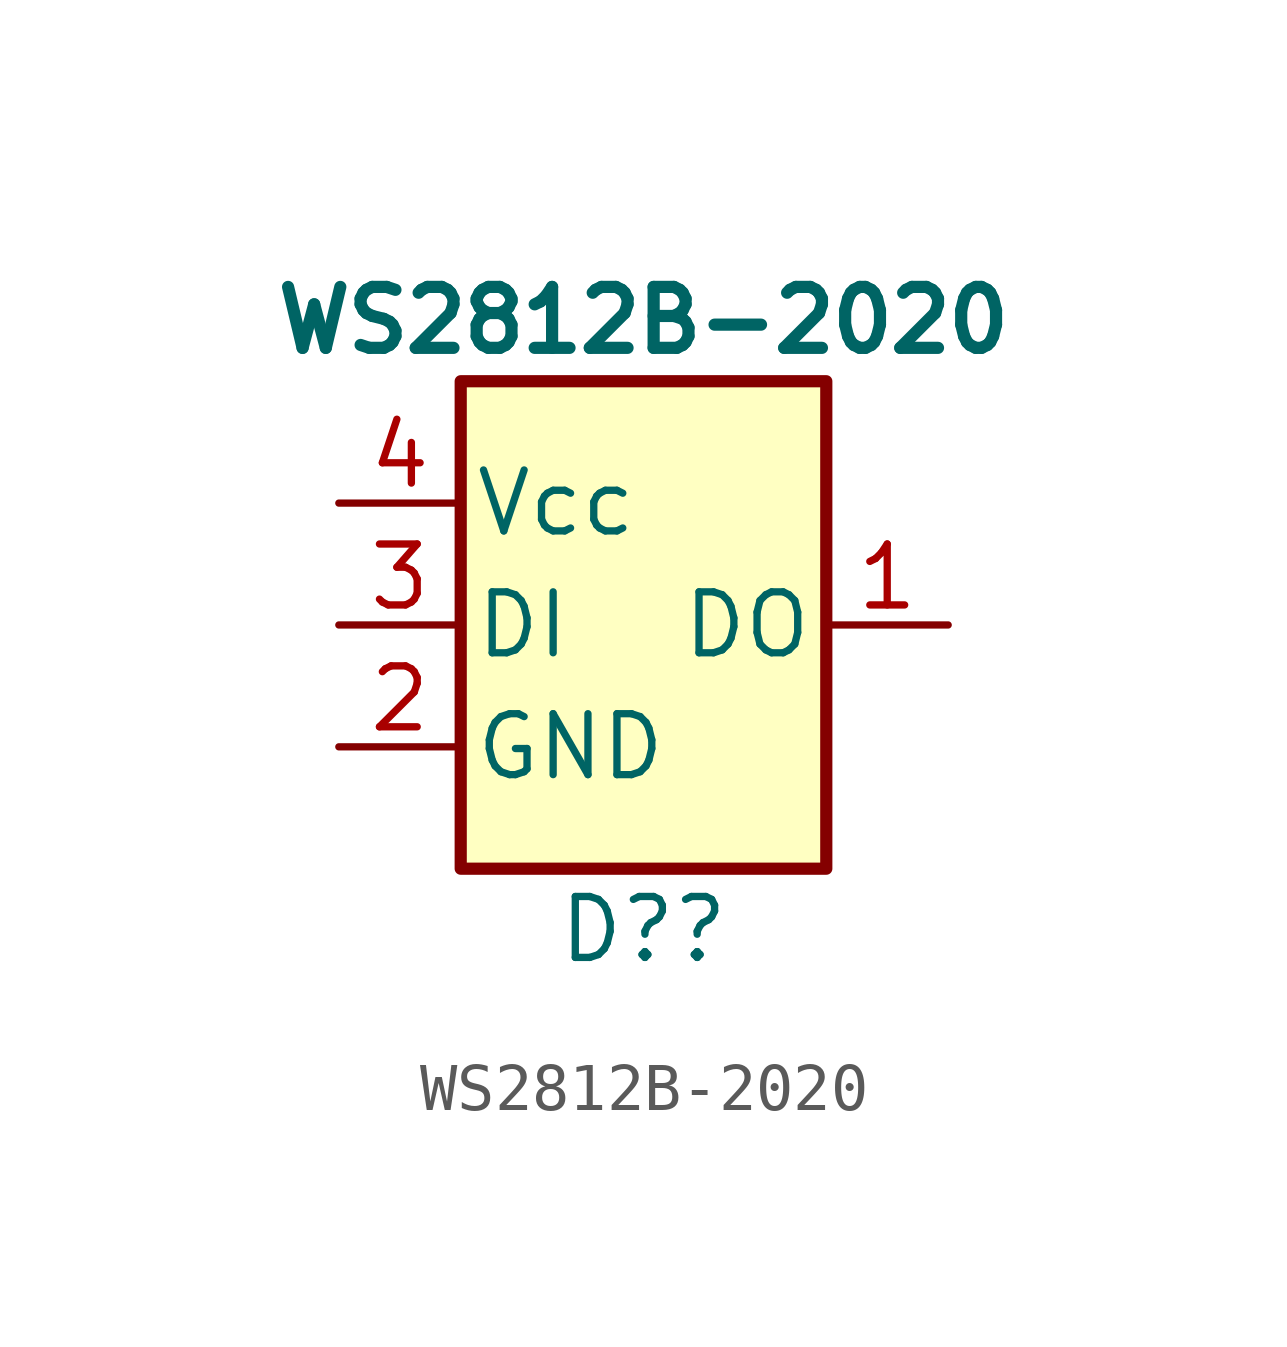
<source format=kicad_sym>
(kicad_symbol_lib
  (version 20231120)
  (generator "kicad_symbol_editor")
  (generator_version "8.0")
  (symbol "WS2812B-2020"
    (pin_names
      (offset 0.254))
    (property "Reference" "D?"
      (at 0 -6.35 0)
      (effects (font (size 1.27 1.27))))
    (property "Value" "WS2812B-2020"
      (at 0 6.35 0)
      (effects (font (size 1.27 1.27) (bold yes))))
    (symbol "WS2812B-2020_0_1"
      (rectangle (start -3.81 5.08) (end 3.81 -5.08) (stroke (width 0.254) (type default)) (fill (type background))))
    (symbol "WS2812B-2020_1_1"
      (pin output line (at 6.35 0 180) (length 2.54) (name "DO" (effects (font (size 1.27 1.27)))) (number "1" (effects (font (size 1.27 1.27)))))
      (pin power_in line (at -6.35 -2.54 0) (length 2.54) (name "GND" (effects (font (size 1.27 1.27)))) (number "2" (effects (font (size 1.27 1.27)))))
      (pin input line (at -6.35 0 0) (length 2.54) (name "DI" (effects (font (size 1.27 1.27)))) (number "3" (effects (font (size 1.27 1.27)))))
      (pin passive line (at -6.35 2.54 0) (length 2.54) (name "Vcc" (effects (font (size 1.27 1.27)))) (number "4" (effects (font (size 1.27 1.27))))))))
</source>
